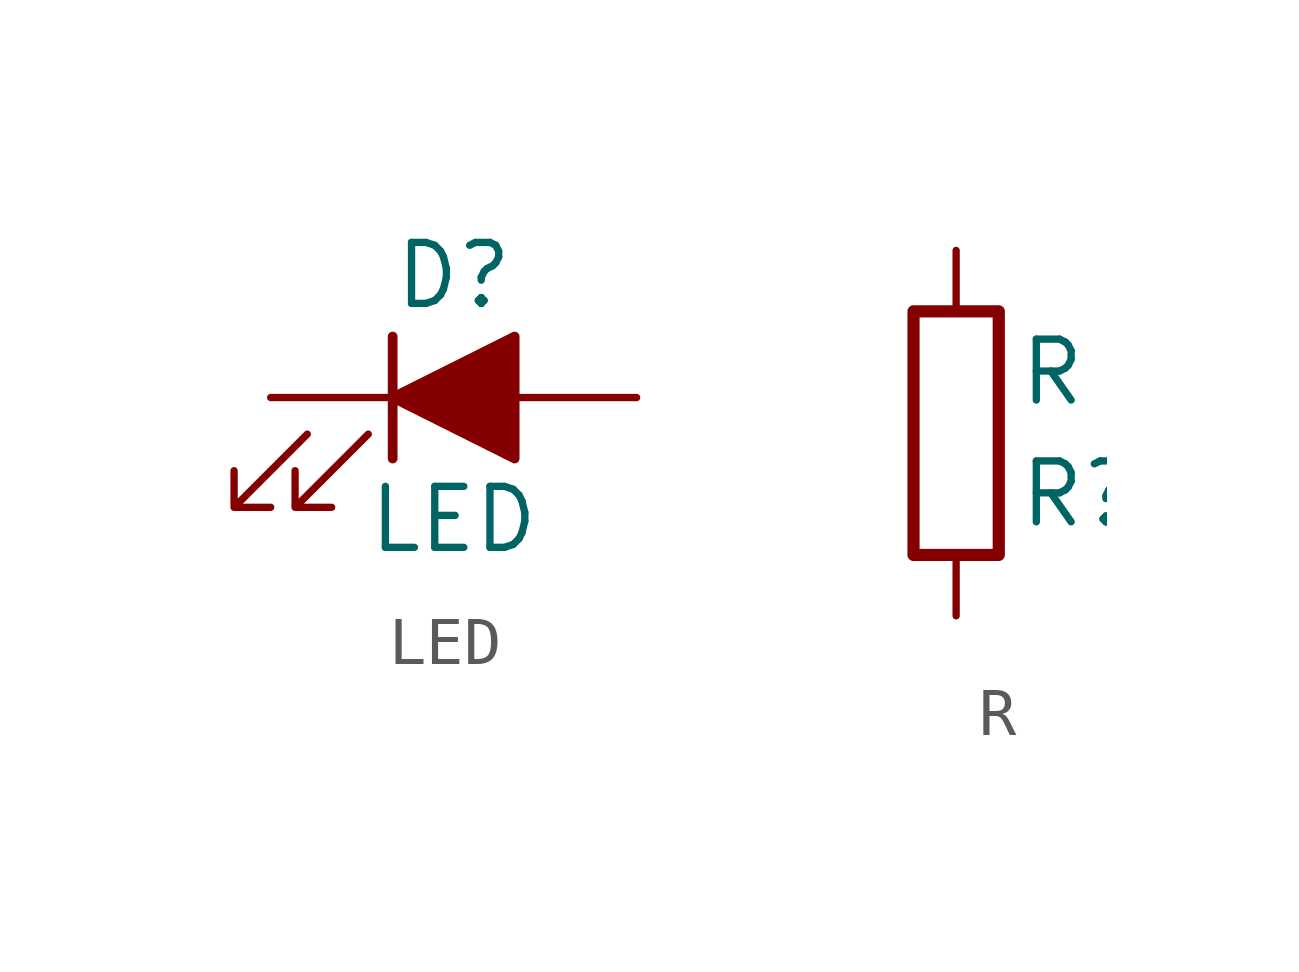
<source format=kicad_sym>
(kicad_symbol_lib
  (version 20211014)
  (generator kicad_symbol_editor)
  (symbol "LED"
    (pin_numbers hide)
    (pin_names
      (offset 1.016) hide)
    (property "Reference" "D"
      (at 0 2.54 0)
      (effects (font (size 1.27 1.27))))
    (property "Value" "LED"
      (at 0 -2.54 0)
      (effects (font (size 1.27 1.27))))
    (symbol "LED_0_1"
      (polyline (pts (xy -1.27 -1.27) (xy -1.27 1.27)) (stroke (width 0.203) (type default) (color 0 0 0 0)) (fill (type none)))
      (polyline (pts (xy -1.27 0) (xy 1.27 0)) (stroke (width 0) (type default) (color 0 0 0 0)) (fill (type none)))
      (polyline (pts (xy 1.27 -1.27) (xy 1.27 1.27) (xy -1.27 0) (xy 1.27 -1.27)) (stroke (width 0.203) (type default) (color 0 0 0 0)) (fill (type outline)))
      (polyline (pts (xy -3.048 -0.762) (xy -4.572 -2.286) (xy -3.81 -2.286) (xy -4.572 -2.286) (xy -4.572 -1.524)) (stroke (width 0) (type default) (color 0 0 0 0)) (fill (type none)))
      (polyline (pts (xy -1.778 -0.762) (xy -3.302 -2.286) (xy -2.54 -2.286) (xy -3.302 -2.286) (xy -3.302 -1.524)) (stroke (width 0) (type default) (color 0 0 0 0)) (fill (type none))))
    (symbol "LED_1_1"
      (pin passive line (at -3.81 0 0) (length 2.54) (name "K" (effects (font (size 1.27 1.27)))) (number "1" (effects (font (size 1.27 1.27)))))
      (pin passive line (at 3.81 0 180) (length 2.54) (name "A" (effects (font (size 1.27 1.27)))) (number "2" (effects (font (size 1.27 1.27)))))))
  (symbol "R"
    (pin_numbers hide)
    (pin_names
      (offset 0))
    (property "Reference" "R"
      (at 1.27 -1.27 0)
      (effects (font (size 1.27 1.27)) (justify left)))
    (property "Value" "R"
      (at 1.27 1.27 0)
      (effects (font (size 1.27 1.27)) (justify left)))
    (symbol "R_0_1"
      (rectangle (start -0.889 2.54) (end 0.889 -2.54) (stroke (width 0.254) (type default) (color 0 0 0 0)) (fill (type none))))
    (symbol "R_1_1"
      (pin passive line (at 0 3.81 270) (length 1.27) (name "~" (effects (font (size 1.27 1.27)))) (number "1" (effects (font (size 1.27 1.27)))))
      (pin passive line (at 0 -3.81 90) (length 1.27) (name "~" (effects (font (size 1.27 1.27)))) (number "2" (effects (font (size 1.27 1.27))))))))
</source>
